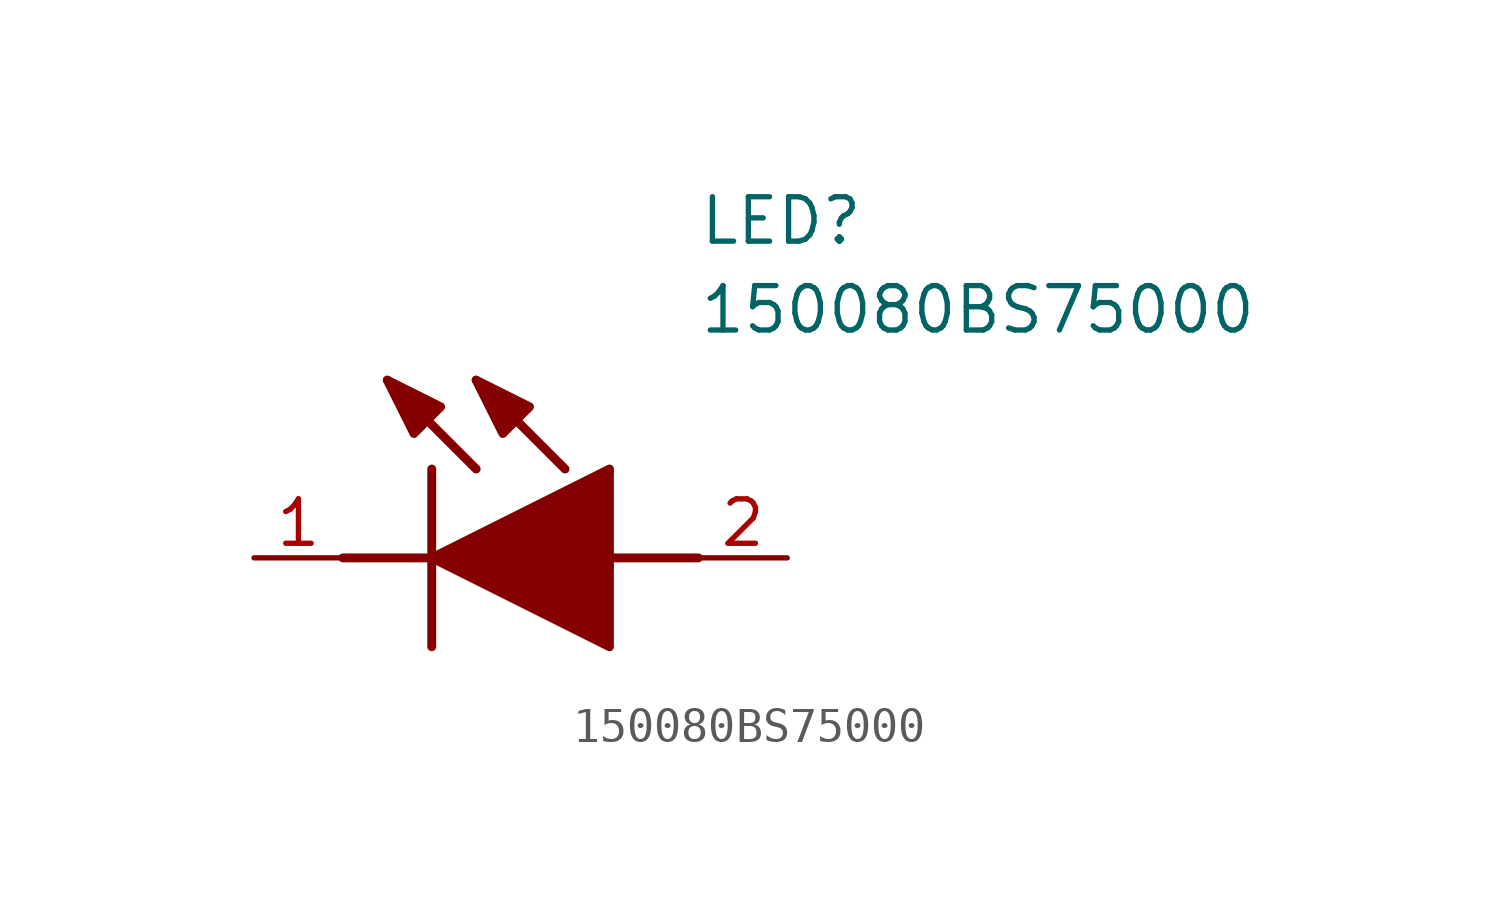
<source format=kicad_sym>
(kicad_symbol_lib
  (version 20211014)
  (generator SamacSys_ECAD_Model)
  (symbol "150080BS75000"
    (pin_names hide)
    (property "Reference" "LED"
      (at 12.7 8.89 0)
      (effects (font (size 1.27 1.27)) (justify left bottom)))
    (property "Value" "150080BS75000"
      (at 12.7 6.35 0)
      (effects (font (size 1.27 1.27)) (justify left bottom)))
    (polyline
      (pts (xy 5.08 2.54) (xy 5.08 -2.54))
      (stroke (width 0.254) (type default))
      (fill (type none)))
    (polyline
      (pts (xy 6.35 2.54) (xy 3.81 5.08))
      (stroke (width 0.254) (type default))
      (fill (type none)))
    (polyline
      (pts (xy 8.89 2.54) (xy 6.35 5.08))
      (stroke (width 0.254) (type default))
      (fill (type none)))
    (polyline
      (pts (xy 2.54 0) (xy 5.08 0))
      (stroke (width 0.254) (type default))
      (fill (type none)))
    (polyline
      (pts (xy 10.16 0) (xy 12.7 0))
      (stroke (width 0.254) (type default))
      (fill (type none)))
    (polyline
      (pts (xy 5.08 0) (xy 10.16 2.54) (xy 10.16 -2.54) (xy 5.08 0))
      (stroke (width 0.254) (type default))
      (fill (type outline)))
    (polyline
      (pts (xy 5.334 4.318) (xy 4.572 3.556) (xy 3.81 5.08) (xy 5.334 4.318))
      (stroke (width 0.254) (type default))
      (fill (type outline)))
    (polyline
      (pts (xy 7.874 4.318) (xy 7.112 3.556) (xy 6.35 5.08) (xy 7.874 4.318))
      (stroke (width 0.254) (type default))
      (fill (type outline)))
    (pin passive line
      (at 0 0 0)
      (length 2.54)
      (name "K" (effects (font (size 1.27 1.27))))
      (number "1" (effects (font (size 1.27 1.27)))))
    (pin passive line
      (at 15.24 0 180)
      (length 2.54)
      (name "A" (effects (font (size 1.27 1.27))))
      (number "2" (effects (font (size 1.27 1.27)))))))
</source>
